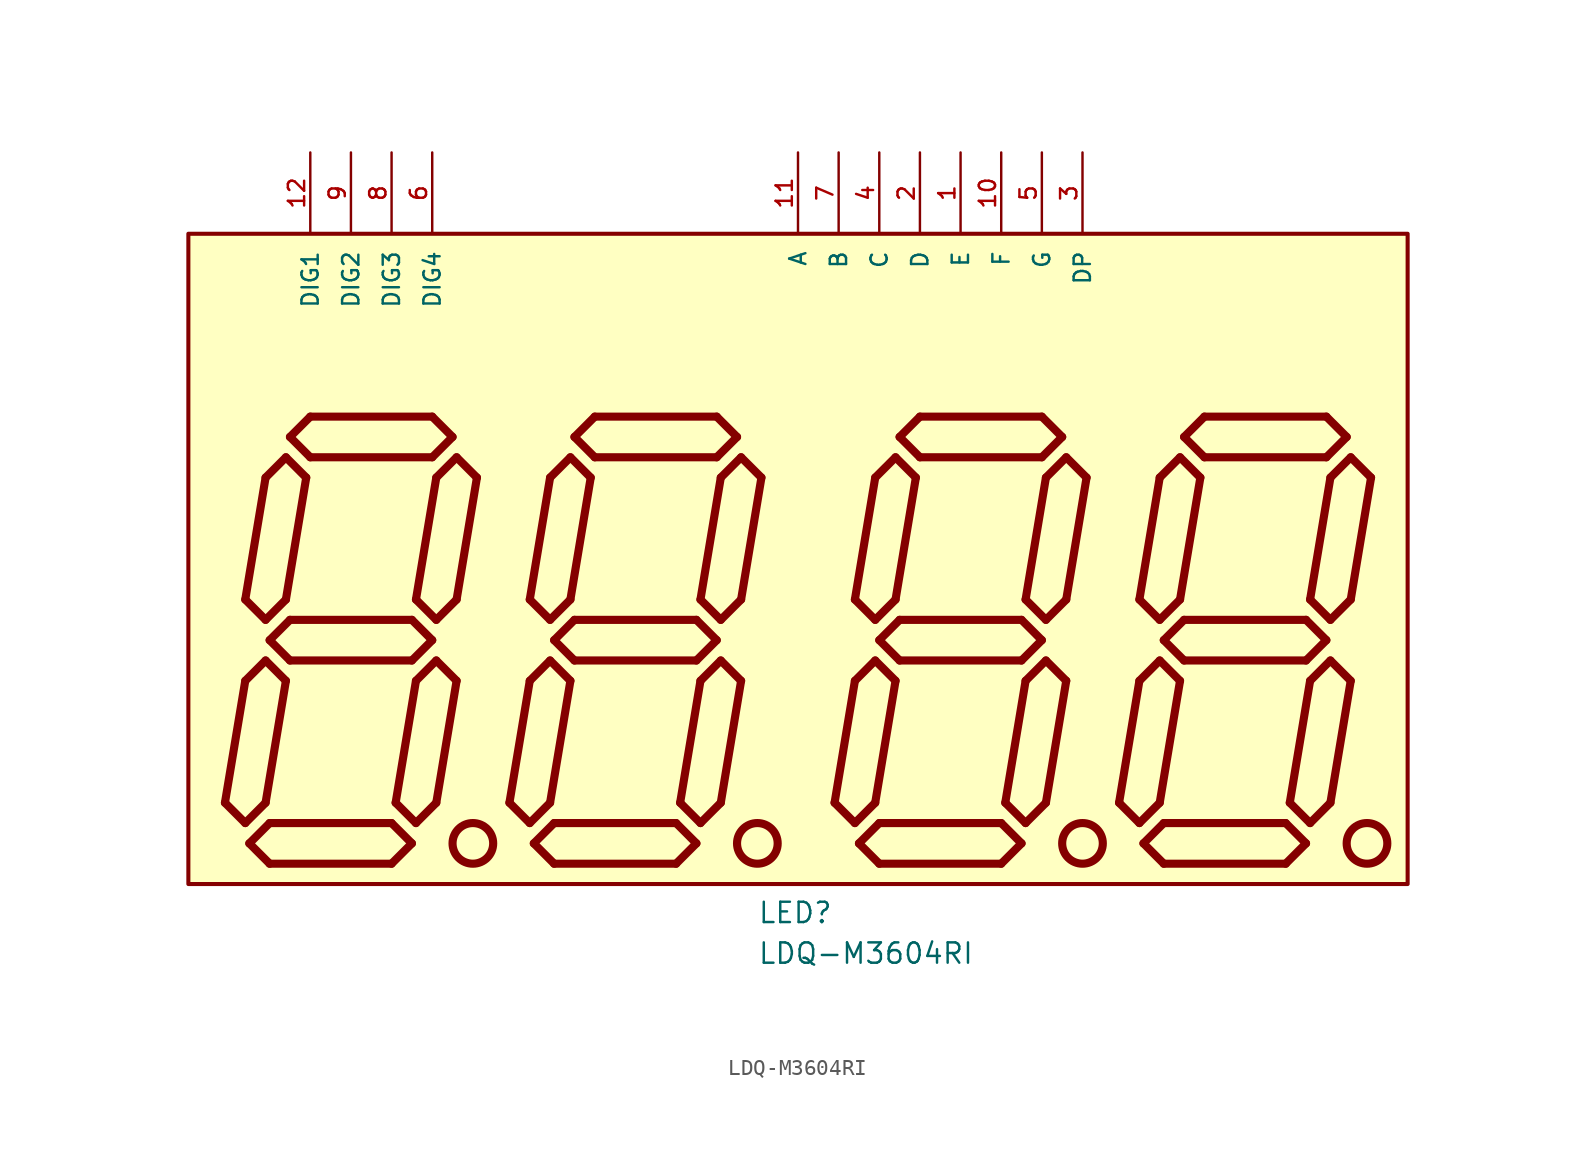
<source format=kicad_sym>
(kicad_symbol_lib
  (version 20211014)
  (generator kicad_symbol_editor)
  (symbol "LDQ-M3604RI"
    (pin_names
      (offset 1.016))
    (property "Reference" "LED"
      (at -2.54 -20.32 0)
      (effects (font (size 1.27 1.27)) (justify bottom left)))
    (property "Value" "LDQ-M3604RI"
      (at -2.54 -22.86 0)
      (effects (font (size 1.27 1.27)) (justify bottom left)))
    (symbol "LDQ-M3604RI_0_0"
      (circle (center -20.32 -15.24) (radius 1.27) (stroke (width 0.508)) (fill (type none)))
      (circle (center -2.54 -15.24) (radius 1.27) (stroke (width 0.508)) (fill (type none)))
      (circle (center 17.78 -15.24) (radius 1.27) (stroke (width 0.508)) (fill (type none)))
      (circle (center 35.56 -15.24) (radius 1.27) (stroke (width 0.508)) (fill (type none)))
      (polyline (pts (xy -22.86 11.43) (xy -21.59 10.16)) (stroke (width 0.508)))
      (polyline (pts (xy -21.59 10.16) (xy -22.86 8.89)) (stroke (width 0.508)))
      (polyline (pts (xy -22.86 8.89) (xy -30.48 8.89)) (stroke (width 0.508)))
      (polyline (pts (xy -30.48 8.89) (xy -31.75 10.16)) (stroke (width 0.508)))
      (polyline (pts (xy -31.75 10.16) (xy -30.48 11.43)) (stroke (width 0.508)))
      (polyline (pts (xy -30.48 11.43) (xy -22.86 11.43)) (stroke (width 0.508)))
      (polyline (pts (xy -21.336 8.89) (xy -20.066 7.62)) (stroke (width 0.508)))
      (polyline (pts (xy -21.336 8.89) (xy -22.606 7.62)) (stroke (width 0.508)))
      (polyline (pts (xy -22.606 7.62) (xy -23.876 0.0)) (stroke (width 0.508)))
      (polyline (pts (xy -23.876 0.0) (xy -22.606 -1.27)) (stroke (width 0.508)))
      (polyline (pts (xy -22.606 -1.27) (xy -21.336 0.0)) (stroke (width 0.508)))
      (polyline (pts (xy -21.336 0.0) (xy -20.066 7.62)) (stroke (width 0.508)))
      (polyline (pts (xy -33.02 -2.54) (xy -31.75 -1.27)) (stroke (width 0.508)))
      (polyline (pts (xy -33.02 -2.54) (xy -31.75 -3.81)) (stroke (width 0.508)))
      (polyline (pts (xy -31.75 -3.81) (xy -24.13 -3.81)) (stroke (width 0.508)))
      (polyline (pts (xy -24.13 -3.81) (xy -22.86 -2.54)) (stroke (width 0.508)))
      (polyline (pts (xy -22.86 -2.54) (xy -24.13 -1.27)) (stroke (width 0.508)))
      (polyline (pts (xy -24.13 -1.27) (xy -31.75 -1.27)) (stroke (width 0.508)))
      (polyline (pts (xy -34.29 -15.24) (xy -33.02 -13.97)) (stroke (width 0.508)))
      (polyline (pts (xy -34.29 -15.24) (xy -33.02 -16.51)) (stroke (width 0.508)))
      (polyline (pts (xy -33.02 -16.51) (xy -25.4 -16.51)) (stroke (width 0.508)))
      (polyline (pts (xy -25.4 -16.51) (xy -24.13 -15.24)) (stroke (width 0.508)))
      (polyline (pts (xy -24.13 -15.24) (xy -25.4 -13.97)) (stroke (width 0.508)))
      (polyline (pts (xy -25.4 -13.97) (xy -33.02 -13.97)) (stroke (width 0.508)))
      (polyline (pts (xy -32.004 8.89) (xy -30.734 7.62)) (stroke (width 0.508)))
      (polyline (pts (xy -32.004 8.89) (xy -33.274 7.62)) (stroke (width 0.508)))
      (polyline (pts (xy -33.274 7.62) (xy -34.544 0.0)) (stroke (width 0.508)))
      (polyline (pts (xy -34.544 0.0) (xy -33.274 -1.27)) (stroke (width 0.508)))
      (polyline (pts (xy -33.274 -1.27) (xy -32.004 0.0)) (stroke (width 0.508)))
      (polyline (pts (xy -32.004 0.0) (xy -30.734 7.62)) (stroke (width 0.508)))
      (polyline (pts (xy -33.274 -3.81) (xy -32.004 -5.08)) (stroke (width 0.508)))
      (polyline (pts (xy -33.274 -3.81) (xy -34.544 -5.08)) (stroke (width 0.508)))
      (polyline (pts (xy -34.544 -5.08) (xy -35.814 -12.7)) (stroke (width 0.508)))
      (polyline (pts (xy -35.814 -12.7) (xy -34.544 -13.97)) (stroke (width 0.508)))
      (polyline (pts (xy -34.544 -13.97) (xy -33.274 -12.7)) (stroke (width 0.508)))
      (polyline (pts (xy -33.274 -12.7) (xy -32.004 -5.08)) (stroke (width 0.508)))
      (polyline (pts (xy -22.606 -3.81) (xy -21.336 -5.08)) (stroke (width 0.508)))
      (polyline (pts (xy -22.606 -3.81) (xy -23.876 -5.08)) (stroke (width 0.508)))
      (polyline (pts (xy -23.876 -5.08) (xy -25.146 -12.7)) (stroke (width 0.508)))
      (polyline (pts (xy -25.146 -12.7) (xy -23.876 -13.97)) (stroke (width 0.508)))
      (polyline (pts (xy -23.876 -13.97) (xy -22.606 -12.7)) (stroke (width 0.508)))
      (polyline (pts (xy -22.606 -12.7) (xy -21.336 -5.08)) (stroke (width 0.508)))
      (polyline (pts (xy -5.08 11.43) (xy -3.81 10.16)) (stroke (width 0.508)))
      (polyline (pts (xy -3.81 10.16) (xy -5.08 8.89)) (stroke (width 0.508)))
      (polyline (pts (xy -5.08 8.89) (xy -12.7 8.89)) (stroke (width 0.508)))
      (polyline (pts (xy -12.7 8.89) (xy -13.97 10.16)) (stroke (width 0.508)))
      (polyline (pts (xy -13.97 10.16) (xy -12.7 11.43)) (stroke (width 0.508)))
      (polyline (pts (xy -12.7 11.43) (xy -5.08 11.43)) (stroke (width 0.508)))
      (polyline (pts (xy -3.556 8.89) (xy -2.286 7.62)) (stroke (width 0.508)))
      (polyline (pts (xy -3.556 8.89) (xy -4.826 7.62)) (stroke (width 0.508)))
      (polyline (pts (xy -4.826 7.62) (xy -6.096 0.0)) (stroke (width 0.508)))
      (polyline (pts (xy -6.096 0.0) (xy -4.826 -1.27)) (stroke (width 0.508)))
      (polyline (pts (xy -4.826 -1.27) (xy -3.556 0.0)) (stroke (width 0.508)))
      (polyline (pts (xy -3.556 0.0) (xy -2.286 7.62)) (stroke (width 0.508)))
      (polyline (pts (xy -15.24 -2.54) (xy -13.97 -1.27)) (stroke (width 0.508)))
      (polyline (pts (xy -15.24 -2.54) (xy -13.97 -3.81)) (stroke (width 0.508)))
      (polyline (pts (xy -13.97 -3.81) (xy -6.35 -3.81)) (stroke (width 0.508)))
      (polyline (pts (xy -6.35 -3.81) (xy -5.08 -2.54)) (stroke (width 0.508)))
      (polyline (pts (xy -5.08 -2.54) (xy -6.35 -1.27)) (stroke (width 0.508)))
      (polyline (pts (xy -6.35 -1.27) (xy -13.97 -1.27)) (stroke (width 0.508)))
      (polyline (pts (xy -16.51 -15.24) (xy -15.24 -13.97)) (stroke (width 0.508)))
      (polyline (pts (xy -16.51 -15.24) (xy -15.24 -16.51)) (stroke (width 0.508)))
      (polyline (pts (xy -15.24 -16.51) (xy -7.62 -16.51)) (stroke (width 0.508)))
      (polyline (pts (xy -7.62 -16.51) (xy -6.35 -15.24)) (stroke (width 0.508)))
      (polyline (pts (xy -6.35 -15.24) (xy -7.62 -13.97)) (stroke (width 0.508)))
      (polyline (pts (xy -7.62 -13.97) (xy -15.24 -13.97)) (stroke (width 0.508)))
      (polyline (pts (xy -14.224 8.89) (xy -12.954 7.62)) (stroke (width 0.508)))
      (polyline (pts (xy -14.224 8.89) (xy -15.494 7.62)) (stroke (width 0.508)))
      (polyline (pts (xy -15.494 7.62) (xy -16.764 0.0)) (stroke (width 0.508)))
      (polyline (pts (xy -16.764 0.0) (xy -15.494 -1.27)) (stroke (width 0.508)))
      (polyline (pts (xy -15.494 -1.27) (xy -14.224 0.0)) (stroke (width 0.508)))
      (polyline (pts (xy -14.224 0.0) (xy -12.954 7.62)) (stroke (width 0.508)))
      (polyline (pts (xy -15.494 -3.81) (xy -14.224 -5.08)) (stroke (width 0.508)))
      (polyline (pts (xy -15.494 -3.81) (xy -16.764 -5.08)) (stroke (width 0.508)))
      (polyline (pts (xy -16.764 -5.08) (xy -18.034 -12.7)) (stroke (width 0.508)))
      (polyline (pts (xy -18.034 -12.7) (xy -16.764 -13.97)) (stroke (width 0.508)))
      (polyline (pts (xy -16.764 -13.97) (xy -15.494 -12.7)) (stroke (width 0.508)))
      (polyline (pts (xy -15.494 -12.7) (xy -14.224 -5.08)) (stroke (width 0.508)))
      (polyline (pts (xy -4.826 -3.81) (xy -3.556 -5.08)) (stroke (width 0.508)))
      (polyline (pts (xy -4.826 -3.81) (xy -6.096 -5.08)) (stroke (width 0.508)))
      (polyline (pts (xy -6.096 -5.08) (xy -7.366 -12.7)) (stroke (width 0.508)))
      (polyline (pts (xy -7.366 -12.7) (xy -6.096 -13.97)) (stroke (width 0.508)))
      (polyline (pts (xy -6.096 -13.97) (xy -4.826 -12.7)) (stroke (width 0.508)))
      (polyline (pts (xy -4.826 -12.7) (xy -3.556 -5.08)) (stroke (width 0.508)))
      (polyline (pts (xy 15.24 11.43) (xy 16.51 10.16)) (stroke (width 0.508)))
      (polyline (pts (xy 16.51 10.16) (xy 15.24 8.89)) (stroke (width 0.508)))
      (polyline (pts (xy 15.24 8.89) (xy 7.62 8.89)) (stroke (width 0.508)))
      (polyline (pts (xy 7.62 8.89) (xy 6.35 10.16)) (stroke (width 0.508)))
      (polyline (pts (xy 6.35 10.16) (xy 7.62 11.43)) (stroke (width 0.508)))
      (polyline (pts (xy 7.62 11.43) (xy 15.24 11.43)) (stroke (width 0.508)))
      (polyline (pts (xy 16.764 8.89) (xy 18.034 7.62)) (stroke (width 0.508)))
      (polyline (pts (xy 16.764 8.89) (xy 15.494 7.62)) (stroke (width 0.508)))
      (polyline (pts (xy 15.494 7.62) (xy 14.224 0.0)) (stroke (width 0.508)))
      (polyline (pts (xy 14.224 0.0) (xy 15.494 -1.27)) (stroke (width 0.508)))
      (polyline (pts (xy 15.494 -1.27) (xy 16.764 0.0)) (stroke (width 0.508)))
      (polyline (pts (xy 16.764 0.0) (xy 18.034 7.62)) (stroke (width 0.508)))
      (polyline (pts (xy 5.08 -2.54) (xy 6.35 -1.27)) (stroke (width 0.508)))
      (polyline (pts (xy 5.08 -2.54) (xy 6.35 -3.81)) (stroke (width 0.508)))
      (polyline (pts (xy 6.35 -3.81) (xy 13.97 -3.81)) (stroke (width 0.508)))
      (polyline (pts (xy 13.97 -3.81) (xy 15.24 -2.54)) (stroke (width 0.508)))
      (polyline (pts (xy 15.24 -2.54) (xy 13.97 -1.27)) (stroke (width 0.508)))
      (polyline (pts (xy 13.97 -1.27) (xy 6.35 -1.27)) (stroke (width 0.508)))
      (polyline (pts (xy 3.81 -15.24) (xy 5.08 -13.97)) (stroke (width 0.508)))
      (polyline (pts (xy 3.81 -15.24) (xy 5.08 -16.51)) (stroke (width 0.508)))
      (polyline (pts (xy 5.08 -16.51) (xy 12.7 -16.51)) (stroke (width 0.508)))
      (polyline (pts (xy 12.7 -16.51) (xy 13.97 -15.24)) (stroke (width 0.508)))
      (polyline (pts (xy 13.97 -15.24) (xy 12.7 -13.97)) (stroke (width 0.508)))
      (polyline (pts (xy 12.7 -13.97) (xy 5.08 -13.97)) (stroke (width 0.508)))
      (polyline (pts (xy 6.096 8.89) (xy 7.366 7.62)) (stroke (width 0.508)))
      (polyline (pts (xy 6.096 8.89) (xy 4.826 7.62)) (stroke (width 0.508)))
      (polyline (pts (xy 4.826 7.62) (xy 3.556 0.0)) (stroke (width 0.508)))
      (polyline (pts (xy 3.556 0.0) (xy 4.826 -1.27)) (stroke (width 0.508)))
      (polyline (pts (xy 4.826 -1.27) (xy 6.096 0.0)) (stroke (width 0.508)))
      (polyline (pts (xy 6.096 0.0) (xy 7.366 7.62)) (stroke (width 0.508)))
      (polyline (pts (xy 4.826 -3.81) (xy 6.096 -5.08)) (stroke (width 0.508)))
      (polyline (pts (xy 4.826 -3.81) (xy 3.556 -5.08)) (stroke (width 0.508)))
      (polyline (pts (xy 3.556 -5.08) (xy 2.286 -12.7)) (stroke (width 0.508)))
      (polyline (pts (xy 2.286 -12.7) (xy 3.556 -13.97)) (stroke (width 0.508)))
      (polyline (pts (xy 3.556 -13.97) (xy 4.826 -12.7)) (stroke (width 0.508)))
      (polyline (pts (xy 4.826 -12.7) (xy 6.096 -5.08)) (stroke (width 0.508)))
      (polyline (pts (xy 15.494 -3.81) (xy 16.764 -5.08)) (stroke (width 0.508)))
      (polyline (pts (xy 15.494 -3.81) (xy 14.224 -5.08)) (stroke (width 0.508)))
      (polyline (pts (xy 14.224 -5.08) (xy 12.954 -12.7)) (stroke (width 0.508)))
      (polyline (pts (xy 12.954 -12.7) (xy 14.224 -13.97)) (stroke (width 0.508)))
      (polyline (pts (xy 14.224 -13.97) (xy 15.494 -12.7)) (stroke (width 0.508)))
      (polyline (pts (xy 15.494 -12.7) (xy 16.764 -5.08)) (stroke (width 0.508)))
      (polyline (pts (xy 33.02 11.43) (xy 34.29 10.16)) (stroke (width 0.508)))
      (polyline (pts (xy 34.29 10.16) (xy 33.02 8.89)) (stroke (width 0.508)))
      (polyline (pts (xy 33.02 8.89) (xy 25.4 8.89)) (stroke (width 0.508)))
      (polyline (pts (xy 25.4 8.89) (xy 24.13 10.16)) (stroke (width 0.508)))
      (polyline (pts (xy 24.13 10.16) (xy 25.4 11.43)) (stroke (width 0.508)))
      (polyline (pts (xy 25.4 11.43) (xy 33.02 11.43)) (stroke (width 0.508)))
      (polyline (pts (xy 34.544 8.89) (xy 35.814 7.62)) (stroke (width 0.508)))
      (polyline (pts (xy 34.544 8.89) (xy 33.274 7.62)) (stroke (width 0.508)))
      (polyline (pts (xy 33.274 7.62) (xy 32.004 0.0)) (stroke (width 0.508)))
      (polyline (pts (xy 32.004 0.0) (xy 33.274 -1.27)) (stroke (width 0.508)))
      (polyline (pts (xy 33.274 -1.27) (xy 34.544 0.0)) (stroke (width 0.508)))
      (polyline (pts (xy 34.544 0.0) (xy 35.814 7.62)) (stroke (width 0.508)))
      (polyline (pts (xy 22.86 -2.54) (xy 24.13 -1.27)) (stroke (width 0.508)))
      (polyline (pts (xy 22.86 -2.54) (xy 24.13 -3.81)) (stroke (width 0.508)))
      (polyline (pts (xy 24.13 -3.81) (xy 31.75 -3.81)) (stroke (width 0.508)))
      (polyline (pts (xy 31.75 -3.81) (xy 33.02 -2.54)) (stroke (width 0.508)))
      (polyline (pts (xy 33.02 -2.54) (xy 31.75 -1.27)) (stroke (width 0.508)))
      (polyline (pts (xy 31.75 -1.27) (xy 24.13 -1.27)) (stroke (width 0.508)))
      (polyline (pts (xy 21.59 -15.24) (xy 22.86 -13.97)) (stroke (width 0.508)))
      (polyline (pts (xy 21.59 -15.24) (xy 22.86 -16.51)) (stroke (width 0.508)))
      (polyline (pts (xy 22.86 -16.51) (xy 30.48 -16.51)) (stroke (width 0.508)))
      (polyline (pts (xy 30.48 -16.51) (xy 31.75 -15.24)) (stroke (width 0.508)))
      (polyline (pts (xy 31.75 -15.24) (xy 30.48 -13.97)) (stroke (width 0.508)))
      (polyline (pts (xy 30.48 -13.97) (xy 22.86 -13.97)) (stroke (width 0.508)))
      (polyline (pts (xy 23.876 8.89) (xy 25.146 7.62)) (stroke (width 0.508)))
      (polyline (pts (xy 23.876 8.89) (xy 22.606 7.62)) (stroke (width 0.508)))
      (polyline (pts (xy 22.606 7.62) (xy 21.336 0.0)) (stroke (width 0.508)))
      (polyline (pts (xy 21.336 0.0) (xy 22.606 -1.27)) (stroke (width 0.508)))
      (polyline (pts (xy 22.606 -1.27) (xy 23.876 0.0)) (stroke (width 0.508)))
      (polyline (pts (xy 23.876 0.0) (xy 25.146 7.62)) (stroke (width 0.508)))
      (polyline (pts (xy 22.606 -3.81) (xy 23.876 -5.08)) (stroke (width 0.508)))
      (polyline (pts (xy 22.606 -3.81) (xy 21.336 -5.08)) (stroke (width 0.508)))
      (polyline (pts (xy 21.336 -5.08) (xy 20.066 -12.7)) (stroke (width 0.508)))
      (polyline (pts (xy 20.066 -12.7) (xy 21.336 -13.97)) (stroke (width 0.508)))
      (polyline (pts (xy 21.336 -13.97) (xy 22.606 -12.7)) (stroke (width 0.508)))
      (polyline (pts (xy 22.606 -12.7) (xy 23.876 -5.08)) (stroke (width 0.508)))
      (polyline (pts (xy 33.274 -3.81) (xy 34.544 -5.08)) (stroke (width 0.508)))
      (polyline (pts (xy 33.274 -3.81) (xy 32.004 -5.08)) (stroke (width 0.508)))
      (polyline (pts (xy 32.004 -5.08) (xy 30.734 -12.7)) (stroke (width 0.508)))
      (polyline (pts (xy 30.734 -12.7) (xy 32.004 -13.97)) (stroke (width 0.508)))
      (polyline (pts (xy 32.004 -13.97) (xy 33.274 -12.7)) (stroke (width 0.508)))
      (polyline (pts (xy 33.274 -12.7) (xy 34.544 -5.08)) (stroke (width 0.508)))
      (rectangle (start -38.1 -17.78) (end 38.1 22.86) (stroke (width 0.254)) (fill (type background)))
      (pin bidirectional line (at 0.0 27.94 270.0) (length 5.08) (name "A" (effects (font (size 1.016 1.016)))) (number "11" (effects (font (size 1.016 1.016)))))
      (pin bidirectional line (at 2.54 27.94 270.0) (length 5.08) (name "B" (effects (font (size 1.016 1.016)))) (number "7" (effects (font (size 1.016 1.016)))))
      (pin bidirectional line (at 5.08 27.94 270.0) (length 5.08) (name "C" (effects (font (size 1.016 1.016)))) (number "4" (effects (font (size 1.016 1.016)))))
      (pin bidirectional line (at 7.62 27.94 270.0) (length 5.08) (name "D" (effects (font (size 1.016 1.016)))) (number "2" (effects (font (size 1.016 1.016)))))
      (pin bidirectional line (at -30.48 27.94 270.0) (length 5.08) (name "DIG1" (effects (font (size 1.016 1.016)))) (number "12" (effects (font (size 1.016 1.016)))))
      (pin bidirectional line (at -27.94 27.94 270.0) (length 5.08) (name "DIG2" (effects (font (size 1.016 1.016)))) (number "9" (effects (font (size 1.016 1.016)))))
      (pin bidirectional line (at -25.4 27.94 270.0) (length 5.08) (name "DIG3" (effects (font (size 1.016 1.016)))) (number "8" (effects (font (size 1.016 1.016)))))
      (pin bidirectional line (at -22.86 27.94 270.0) (length 5.08) (name "DIG4" (effects (font (size 1.016 1.016)))) (number "6" (effects (font (size 1.016 1.016)))))
      (pin bidirectional line (at 17.78 27.94 270.0) (length 5.08) (name "DP" (effects (font (size 1.016 1.016)))) (number "3" (effects (font (size 1.016 1.016)))))
      (pin bidirectional line (at 10.16 27.94 270.0) (length 5.08) (name "E" (effects (font (size 1.016 1.016)))) (number "1" (effects (font (size 1.016 1.016)))))
      (pin bidirectional line (at 12.7 27.94 270.0) (length 5.08) (name "F" (effects (font (size 1.016 1.016)))) (number "10" (effects (font (size 1.016 1.016)))))
      (pin bidirectional line (at 15.24 27.94 270.0) (length 5.08) (name "G" (effects (font (size 1.016 1.016)))) (number "5" (effects (font (size 1.016 1.016))))))))
</source>
